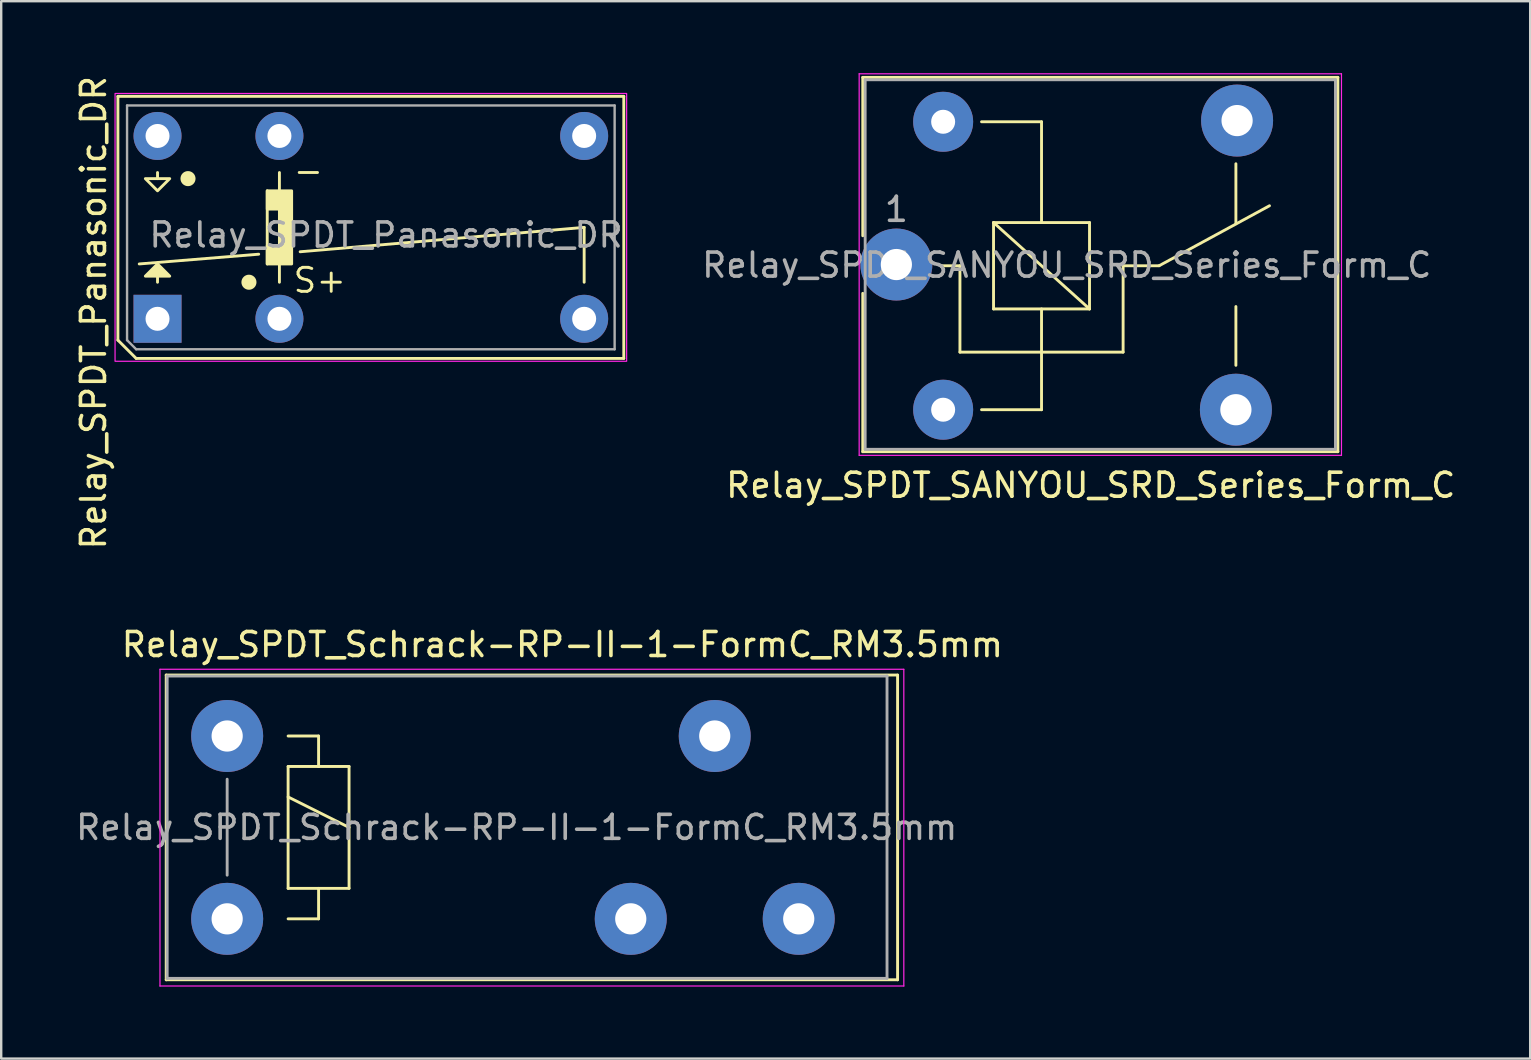
<source format=kicad_pcb>
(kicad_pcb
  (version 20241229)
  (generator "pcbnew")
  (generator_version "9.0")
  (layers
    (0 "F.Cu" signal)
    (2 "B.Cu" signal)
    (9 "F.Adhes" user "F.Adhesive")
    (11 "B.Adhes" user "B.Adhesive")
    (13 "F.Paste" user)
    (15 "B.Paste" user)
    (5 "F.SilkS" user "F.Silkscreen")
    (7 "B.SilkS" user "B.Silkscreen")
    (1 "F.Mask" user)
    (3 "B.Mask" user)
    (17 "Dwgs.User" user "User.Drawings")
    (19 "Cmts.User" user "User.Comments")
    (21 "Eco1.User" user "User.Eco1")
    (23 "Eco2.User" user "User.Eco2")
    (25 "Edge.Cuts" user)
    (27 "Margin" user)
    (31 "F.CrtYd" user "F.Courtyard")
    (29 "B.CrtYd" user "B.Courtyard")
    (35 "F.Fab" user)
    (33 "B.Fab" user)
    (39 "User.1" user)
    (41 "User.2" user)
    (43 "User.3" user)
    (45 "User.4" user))
  (footprint "Relay_SPDT_Schrack-RP-II-1-FormC_RM3.5mm"
    (layer "F.Cu")
    (at 6.417 27.623)
    (property "Reference" "Relay_SPDT_Schrack-RP-II-1-FormC_RM3.5mm" (at 13.97 -3.81 0) (layer "F.SilkS") (effects (font (size 1 1) (thickness 0.15))))
    (attr through_hole)
    (fp_line (start -2.54 -2.54) (end 27.94 -2.54) (stroke (width 0.12) (type solid)) (layer "F.SilkS"))
    (fp_line (start -2.54 10.16) (end -2.54 -2.54) (stroke (width 0.12) (type solid)) (layer "F.SilkS"))
    (fp_line (start 2.54 0) (end 3.81 0) (stroke (width 0.12) (type solid)) (layer "F.SilkS"))
    (fp_line (start 2.54 1.27) (end 3.81 1.27) (stroke (width 0.12) (type solid)) (layer "F.SilkS"))
    (fp_line (start 2.54 2.54) (end 5.08 3.81) (stroke (width 0.12) (type solid)) (layer "F.SilkS"))
    (fp_line (start 2.54 6.35) (end 2.54 1.27) (stroke (width 0.12) (type solid)) (layer "F.SilkS"))
    (fp_line (start 3.81 0) (end 3.81 1.27) (stroke (width 0.12) (type solid)) (layer "F.SilkS"))
    (fp_line (start 3.81 1.27) (end 5.08 1.27) (stroke (width 0.12) (type solid)) (layer "F.SilkS"))
    (fp_line (start 3.81 6.35) (end 3.81 7.62) (stroke (width 0.12) (type solid)) (layer "F.SilkS"))
    (fp_line (start 3.81 7.62) (end 2.54 7.62) (stroke (width 0.12) (type solid)) (layer "F.SilkS"))
    (fp_line (start 5.08 1.27) (end 5.08 6.35) (stroke (width 0.12) (type solid)) (layer "F.SilkS"))
    (fp_line (start 5.08 6.35) (end 2.54 6.35) (stroke (width 0.12) (type solid)) (layer "F.SilkS"))
    (fp_line (start 27.94 -2.54) (end 27.94 10.16) (stroke (width 0.12) (type solid)) (layer "F.SilkS"))
    (fp_line (start 27.94 10.16) (end -2.54 10.16) (stroke (width 0.12) (type solid)) (layer "F.SilkS"))
    (fp_line (start -2.8 -2.78) (end 28.2 -2.78) (stroke (width 0.05) (type solid)) (layer "F.CrtYd"))
    (fp_line (start -2.8 10.42) (end -2.8 -2.78) (stroke (width 0.05) (type solid)) (layer "F.CrtYd"))
    (fp_line (start 28.2 -2.78) (end 28.2 10.42) (stroke (width 0.05) (type solid)) (layer "F.CrtYd"))
    (fp_line (start 28.2 10.42) (end -2.8 10.42) (stroke (width 0.05) (type solid)) (layer "F.CrtYd"))
    (fp_line (start -2.5 -2.5) (end 27.5 -2.5) (stroke (width 0.12) (type solid)) (layer "F.Fab"))
    (fp_line (start -2.5 10.1) (end -2.5 -2.5) (stroke (width 0.12) (type solid)) (layer "F.Fab"))
    (fp_line (start 0 1.8) (end 0 5.8) (stroke (width 0.12) (type solid)) (layer "F.Fab"))
    (fp_line (start 27.5 -2.5) (end 27.5 10.1) (stroke (width 0.12) (type solid)) (layer "F.Fab"))
    (fp_line (start 27.5 10.1) (end -2.5 10.1) (stroke (width 0.12) (type solid)) (layer "F.Fab"))
    (fp_text user "${REFERENCE}" (at 12.065 3.81 0) (layer "F.Fab") (effects (font (size 1 1) (thickness 0.15))))
    (pad "11" thru_hole circle (at 20.32 0) (size 3 3) (drill 1.3) (layers "*.Cu" "*.Mask"))
    (pad "12" thru_hole circle (at 16.82 7.62) (size 3 3) (drill 1.3) (layers "*.Cu" "*.Mask"))
    (pad "14" thru_hole circle (at 23.82 7.62) (size 3 3) (drill 1.3) (layers "*.Cu" "*.Mask"))
    (pad "A1" thru_hole circle (at 0 0) (size 3 3) (drill 1.3) (layers "*.Cu" "*.Mask"))
    (pad "A2" thru_hole circle (at 0 7.62) (size 3 3) (drill 1.3) (layers "*.Cu" "*.Mask")))
  (footprint "Relay_SPDT_SANYOU_SRD_Series_Form_C"
    (layer "F.Cu")
    (at 34.306 7.975)
    (property "Reference" "Relay_SPDT_SANYOU_SRD_Series_Form_C" (at 8.1 9.2 0) (layer "F.SilkS") (effects (font (size 1 1) (thickness 0.15))))
    (attr through_hole)
    (fp_line (start -1.4 -7.8) (end -1.4 -1.2) (stroke (width 0.12) (type solid)) (layer "F.SilkS"))
    (fp_line (start -1.4 -7.8) (end 18.4 -7.8) (stroke (width 0.12) (type solid)) (layer "F.SilkS"))
    (fp_line (start -1.4 1.2) (end -1.4 7.8) (stroke (width 0.12) (type solid)) (layer "F.SilkS"))
    (fp_line (start 2.65 0.05) (end 1.85 0.05) (stroke (width 0.12) (type solid)) (layer "F.SilkS"))
    (fp_line (start 2.65 0.05) (end 2.65 3.65) (stroke (width 0.12) (type solid)) (layer "F.SilkS"))
    (fp_line (start 3.55 6.05) (end 6.05 6.05) (stroke (width 0.12) (type solid)) (layer "F.SilkS"))
    (fp_line (start 4.05 -1.75) (end 8.05 -1.75) (stroke (width 0.12) (type solid)) (layer "F.SilkS"))
    (fp_line (start 4.05 1.85) (end 4.05 -1.75) (stroke (width 0.12) (type solid)) (layer "F.SilkS"))
    (fp_line (start 6.05 -5.95) (end 3.55 -5.95) (stroke (width 0.12) (type solid)) (layer "F.SilkS"))
    (fp_line (start 6.05 -5.95) (end 6.05 -1.75) (stroke (width 0.12) (type solid)) (layer "F.SilkS"))
    (fp_line (start 6.05 1.85) (end 6.05 6.05) (stroke (width 0.12) (type solid)) (layer "F.SilkS"))
    (fp_line (start 8.05 -1.75) (end 8.05 1.85) (stroke (width 0.12) (type solid)) (layer "F.SilkS"))
    (fp_line (start 8.05 1.85) (end 4.05 -1.75) (stroke (width 0.12) (type solid)) (layer "F.SilkS"))
    (fp_line (start 8.05 1.85) (end 4.05 1.85) (stroke (width 0.12) (type solid)) (layer "F.SilkS"))
    (fp_line (start 9.45 0.05) (end 9.45 3.65) (stroke (width 0.12) (type solid)) (layer "F.SilkS"))
    (fp_line (start 9.45 0.05) (end 10.95 0.05) (stroke (width 0.12) (type solid)) (layer "F.SilkS"))
    (fp_line (start 9.45 3.65) (end 2.65 3.65) (stroke (width 0.12) (type solid)) (layer "F.SilkS"))
    (fp_line (start 10.95 0.05) (end 15.55 -2.45) (stroke (width 0.12) (type solid)) (layer "F.SilkS"))
    (fp_line (start 14.15 -4.2) (end 14.15 -1.7) (stroke (width 0.12) (type solid)) (layer "F.SilkS"))
    (fp_line (start 14.15 4.2) (end 14.15 1.75) (stroke (width 0.12) (type solid)) (layer "F.SilkS"))
    (fp_line (start 18.4 -7.8) (end 18.4 7.8) (stroke (width 0.12) (type solid)) (layer "F.SilkS"))
    (fp_line (start 18.4 7.8) (end -1.4 7.8) (stroke (width 0.12) (type solid)) (layer "F.SilkS"))
    (fp_line (start -1.55 7.95) (end -1.55 -7.95) (stroke (width 0.05) (type solid)) (layer "F.CrtYd"))
    (fp_line (start -1.55 7.95) (end 18.55 7.95) (stroke (width 0.05) (type solid)) (layer "F.CrtYd"))
    (fp_line (start 18.55 -7.95) (end -1.55 -7.95) (stroke (width 0.05) (type solid)) (layer "F.CrtYd"))
    (fp_line (start 18.55 -7.95) (end 18.55 7.95) (stroke (width 0.05) (type solid)) (layer "F.CrtYd"))
    (fp_line (start -1.3 -7.7) (end 18.3 -7.7) (stroke (width 0.12) (type solid)) (layer "F.Fab"))
    (fp_line (start -1.3 7.7) (end -1.3 -7.7) (stroke (width 0.12) (type solid)) (layer "F.Fab"))
    (fp_line (start 18.3 -7.7) (end 18.3 7.7) (stroke (width 0.12) (type solid)) (layer "F.Fab"))
    (fp_line (start 18.3 7.7) (end -1.3 7.7) (stroke (width 0.12) (type solid)) (layer "F.Fab"))
    (fp_text user "1" (at 0 -2.3 0) (layer "F.Fab") (effects (font (size 1 1) (thickness 0.15))))
    (fp_text user "${REFERENCE}" (at 7.1 0.025 0) (layer "F.Fab") (effects (font (size 1 1) (thickness 0.15))))
    (pad "1" thru_hole circle (at 0 0 90) (size 3 3) (drill 1.3) (layers "*.Cu" "*.Mask"))
    (pad "2" thru_hole circle (at 1.95 6.05 90) (size 2.5 2.5) (drill 1) (layers "*.Cu" "*.Mask"))
    (pad "3" thru_hole circle (at 14.15 6.05 90) (size 3 3) (drill 1.3) (layers "*.Cu" "*.Mask"))
    (pad "4" thru_hole circle (at 14.2 -6 90) (size 3 3) (drill 1.3) (layers "*.Cu" "*.Mask"))
    (pad "5" thru_hole circle (at 1.95 -5.95 90) (size 2.5 2.5) (drill 1) (layers "*.Cu" "*.Mask")))
  (footprint "Relay_SPDT_Panasonic_DR"
    (layer "F.Cu")
    (at 3.515 10.236)
    (property "Reference" "Relay_SPDT_Panasonic_DR" (at -2.667 -0.254 90) (unlocked yes) (layer "F.SilkS") (effects (font (size 1 1) (thickness 0.15))))
    (attr through_hole)
    (fp_line (start -1.651 -9.271) (end 19.431 -9.271) (stroke (width 0.12) (type solid)) (layer "F.SilkS"))
    (fp_line (start -1.651 0.89) (end -1.651 -9.271) (stroke (width 0.12) (type solid)) (layer "F.SilkS"))
    (fp_line (start -0.89 1.651) (end -1.651 0.89) (stroke (width 0.12) (type solid)) (layer "F.SilkS"))
    (fp_line (start -0.89 1.651) (end 19.431 1.651) (stroke (width 0.12) (type solid)) (layer "F.SilkS"))
    (fp_line (start -0.762 -2.286) (end 4.216 -2.692) (stroke (width 0.12) (type solid)) (layer "F.SilkS"))
    (fp_line (start 0 -5.842) (end 0 -6.096) (stroke (width 0.12) (type solid)) (layer "F.SilkS"))
    (fp_line (start 0 -1.524) (end 0 -1.778) (stroke (width 0.12) (type solid)) (layer "F.SilkS"))
    (fp_line (start 4.572 -2.286) (end 4.572 -5.334) (stroke (width 0.12) (type solid)) (layer "F.SilkS"))
    (fp_line (start 5.08 -5.334) (end 5.08 -6.096) (stroke (width 0.12) (type solid)) (layer "F.SilkS"))
    (fp_line (start 5.08 -2.286) (end 5.08 -1.524) (stroke (width 0.12) (type solid)) (layer "F.SilkS"))
    (fp_line (start 5.944 -2.794) (end 17.78 -3.81) (stroke (width 0.12) (type solid)) (layer "F.SilkS"))
    (fp_line (start 17.78 -1.524) (end 17.78 -3.81) (stroke (width 0.12) (type solid)) (layer "F.SilkS"))
    (fp_line (start 19.431 1.651) (end 19.431 -9.271) (stroke (width 0.12) (type solid)) (layer "F.SilkS"))
    (fp_circle (center 1.27 -5.842) (end 1.524 -5.842) (stroke (width 0.12) (type solid)) (fill yes) (layer "F.SilkS"))
    (fp_circle (center 3.81 -1.524) (end 4.064 -1.524) (stroke (width 0.12) (type solid)) (fill yes) (layer "F.SilkS"))
    (fp_poly (pts (xy -0.508 -5.842) (xy 0 -5.334) (xy 0.508 -5.842)) (stroke (width 0.12) (type solid)) (fill no) (layer "F.SilkS"))
    (fp_poly (pts (xy 0.508 -1.778) (xy -0.508 -1.778) (xy 0 -2.286)) (stroke (width 0.12) (type solid)) (fill yes) (layer "F.SilkS"))
    (fp_poly (pts (xy 4.572 -4.572) (xy 4.572 -5.334) (xy 5.589 -5.334) (xy 5.59 -2.286) (xy 4.572 -2.286) (xy 4.572 -3.048) (xy 5.08 -3.048) (xy 5.08 -4.572)) (stroke (width 0.12) (type solid)) (fill yes) (layer "F.SilkS"))
    (fp_rect (start -1.77 -9.39) (end 19.55 1.77) (stroke (width 0.05) (type default)) (fill no) (layer "F.CrtYd"))
    (fp_line (start -1.27 -8.89) (end 19.05 -8.89) (stroke (width 0.1) (type solid)) (layer "F.Fab"))
    (fp_line (start -1.27 0.89) (end -1.27 -8.89) (stroke (width 0.1) (type solid)) (layer "F.Fab"))
    (fp_line (start -0.89 1.27) (end -1.27 0.89) (stroke (width 0.1) (type solid)) (layer "F.Fab"))
    (fp_line (start 19.05 -8.89) (end 19.05 1.27) (stroke (width 0.1) (type solid)) (layer "F.Fab"))
    (fp_line (start 19.05 1.27) (end -0.89 1.27) (stroke (width 0.1) (type solid)) (layer "F.Fab"))
    (fp_text user "-" (at 5.588 -5.588 0) (unlocked yes) (layer "F.SilkS") (effects (font (size 1 1) (thickness 0.12)) (justify left bottom)))
    (fp_text user "S+" (at 5.588 -1.016 0) (unlocked yes) (layer "F.SilkS") (effects (font (size 1 1) (thickness 0.12)) (justify left bottom)))
    (fp_text user "${REFERENCE}" (at 9.525 -3.493 0) (unlocked yes) (layer "F.Fab") (effects (font (size 1 1) (thickness 0.15))))
    (pad "11" thru_hole circle (at 17.78 0 180) (size 2 2) (drill 1) (layers "*.Cu" "*.Mask"))
    (pad "12" thru_hole rect (at 0 0 180) (size 2 2) (drill 1) (layers "*.Cu" "*.Mask"))
    (pad "14" thru_hole circle (at 0 -7.62 180) (size 2 2) (drill 1) (layers "*.Cu" "*.Mask"))
    (pad "A1" thru_hole circle (at 5.08 0 180) (size 2 2) (drill 1) (layers "*.Cu" "*.Mask"))
    (pad "A2" thru_hole circle (at 5.08 -7.62 180) (size 2 2) (drill 1) (layers "*.Cu" "*.Mask"))
    (pad "PE" thru_hole circle (at 17.78 -7.62 180) (size 2 2) (drill 1) (layers "*.Cu" "*.Mask")))
  (gr_rect
    (start -3 -3)
    (end 60.721 41.068)
    (stroke (width 0.1) (type default))
    (fill no)
    (layer "Edge.Cuts")))
</source>
